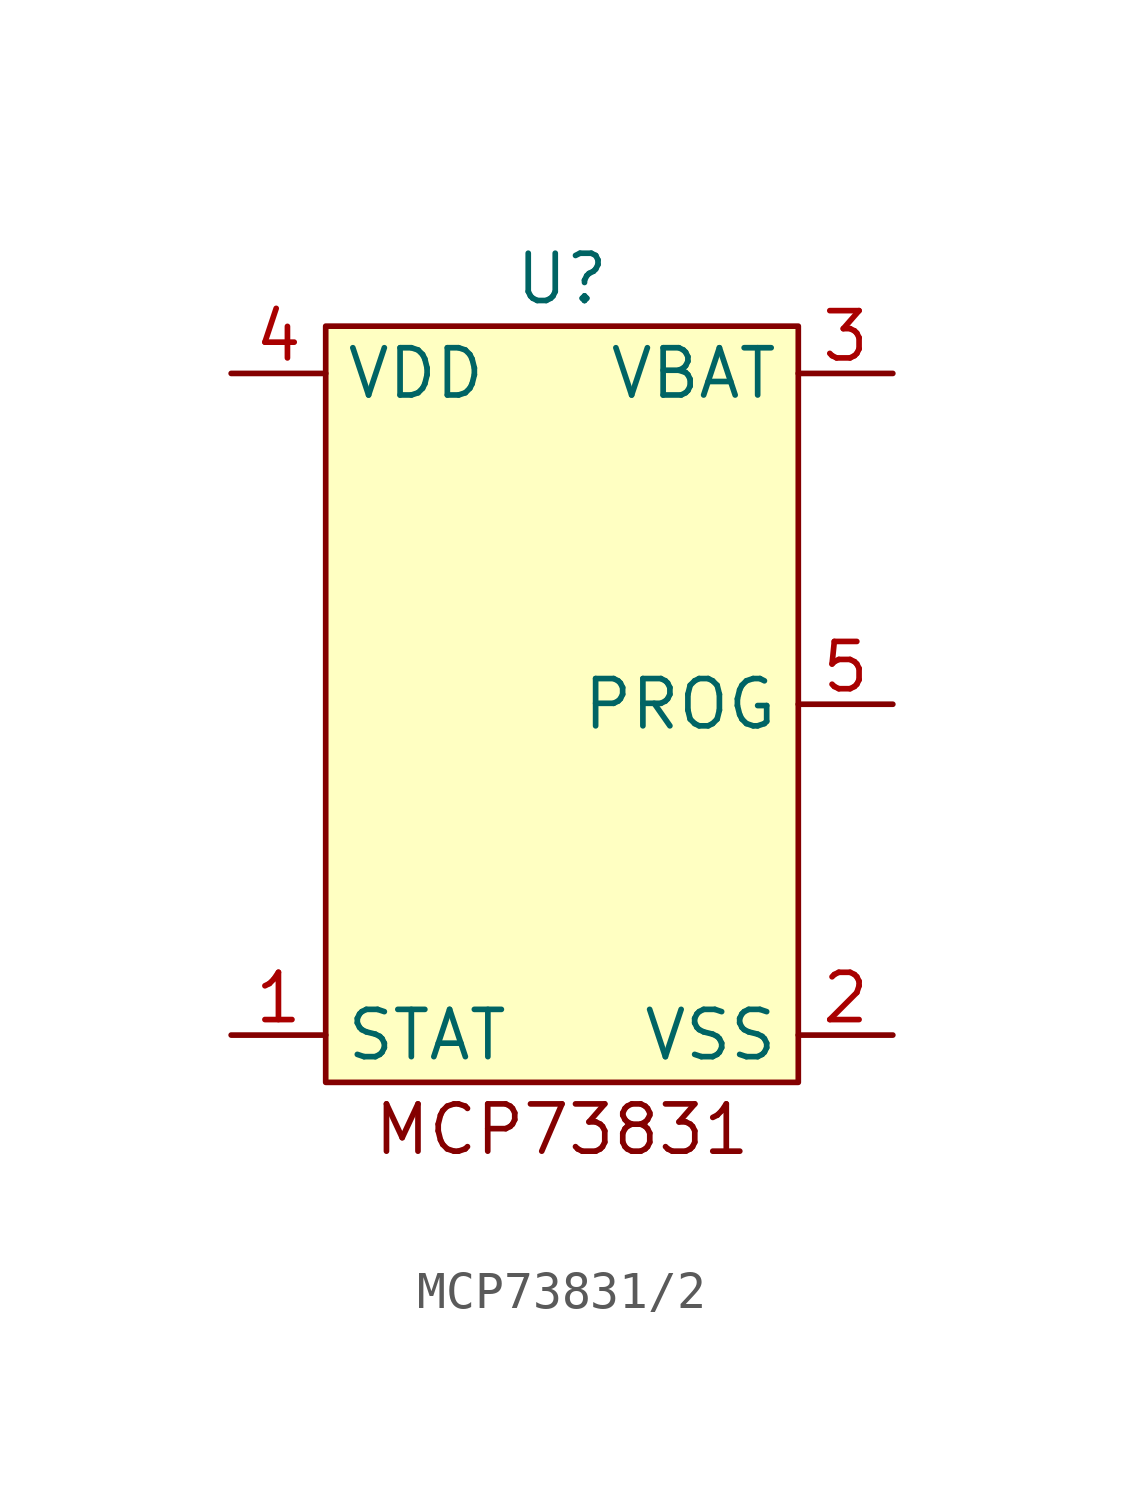
<source format=kicad_sym>
(kicad_symbol_lib
  (version 20220914)
  (generator kicad_symbol_editor)
  (symbol "MCP73831/2"
    (property "Reference" "U"
      (at 0 0 0)
      (effects (font (size 1.27 1.27))))
    (property "Value" ""
      (at 0 0 0)
      (effects (font (size 1.27 1.27))))
    (symbol "MCP73831/2_1_1"
      (rectangle (start -6.35 -1.27) (end 6.35 -21.59) (stroke (width 0) (type default)) (fill (type background)))
      (text "MCP73831" (at 0 -22.86 0) (effects (font (size 1.27 1.27))))
      (pin input line (at -8.89 -20.32 0) (length 2.54) (name "STAT" (effects (font (size 1.27 1.27)))) (number "1" (effects (font (size 1.27 1.27)))))
      (pin input line (at 8.89 -20.32 180) (length 2.54) (name "VSS" (effects (font (size 1.27 1.27)))) (number "2" (effects (font (size 1.27 1.27)))))
      (pin input line (at 8.89 -2.54 180) (length 2.54) (name "VBAT" (effects (font (size 1.27 1.27)))) (number "3" (effects (font (size 1.27 1.27)))))
      (pin input line (at -8.89 -2.54 0) (length 2.54) (name "VDD" (effects (font (size 1.27 1.27)))) (number "4" (effects (font (size 1.27 1.27)))))
      (pin input line (at 8.89 -11.43 180) (length 2.54) (name "PROG" (effects (font (size 1.27 1.27)))) (number "5" (effects (font (size 1.27 1.27))))))))
</source>
